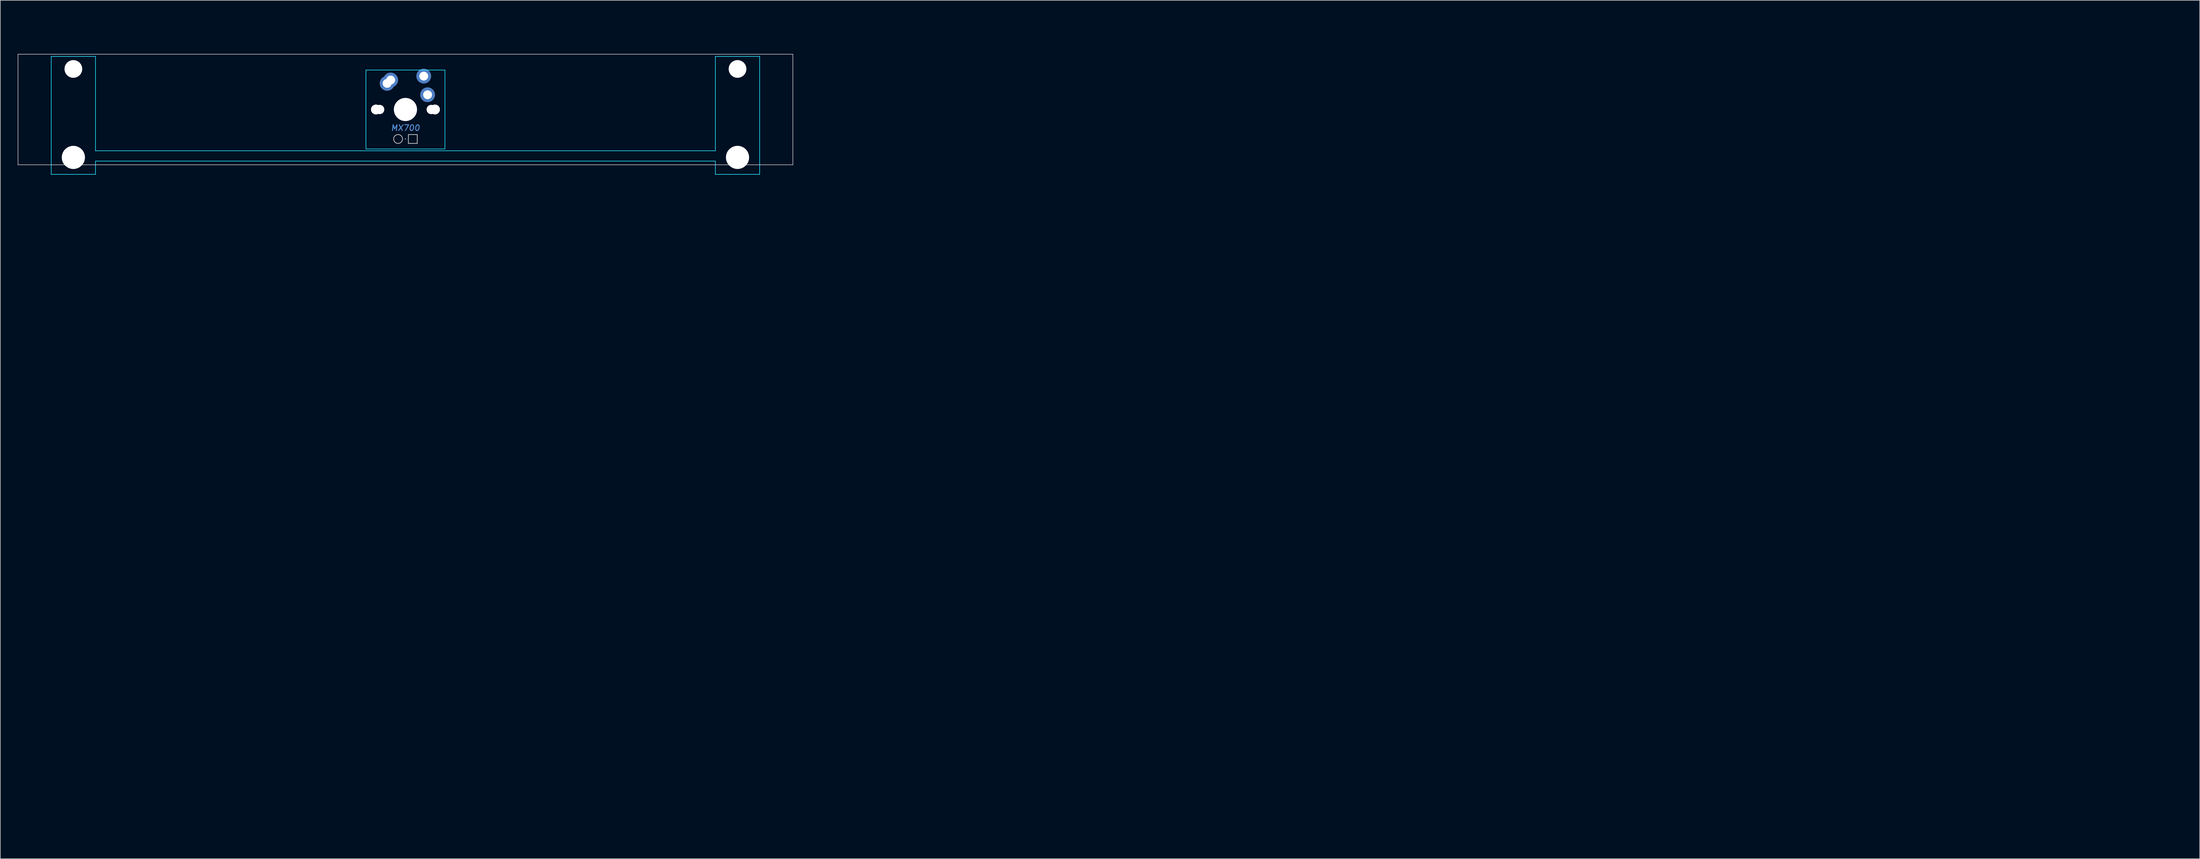
<source format=kicad_pcb>
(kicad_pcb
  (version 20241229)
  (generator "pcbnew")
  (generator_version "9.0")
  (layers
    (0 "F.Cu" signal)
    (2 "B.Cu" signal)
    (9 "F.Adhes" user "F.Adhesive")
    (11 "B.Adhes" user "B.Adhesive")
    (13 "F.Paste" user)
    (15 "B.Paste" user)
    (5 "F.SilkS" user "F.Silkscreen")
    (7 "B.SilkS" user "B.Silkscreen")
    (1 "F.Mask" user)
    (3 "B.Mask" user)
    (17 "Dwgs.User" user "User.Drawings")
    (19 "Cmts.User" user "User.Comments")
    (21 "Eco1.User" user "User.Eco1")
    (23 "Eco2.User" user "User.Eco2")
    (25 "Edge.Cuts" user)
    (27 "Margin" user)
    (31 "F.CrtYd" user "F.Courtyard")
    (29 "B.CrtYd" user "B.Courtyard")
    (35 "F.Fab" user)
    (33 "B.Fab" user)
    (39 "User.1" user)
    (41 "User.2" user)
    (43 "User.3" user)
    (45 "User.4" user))
  (footprint "MX700"
    (layer "F.Cu")
    (at 66.725 15.815)
    (property "Reference" "MX700" (at 0 3.175 0) (layer "Cmts.User") (effects (font (size 1 1) (thickness 0.15) (italic yes))))
    (attr through_hole)
    (fp_line (start -66.675 -9.525) (end -66.675 9.525) (stroke (width 0.1) (type solid)) (layer "Dwgs.User"))
    (fp_line (start -66.675 -9.525) (end 66.675 -9.525) (stroke (width 0.1) (type solid)) (layer "Dwgs.User"))
    (fp_line (start -66.675 9.525) (end 66.675 9.525) (stroke (width 0.1) (type solid)) (layer "Dwgs.User"))
    (fp_line (start -0.127 5.08) (end 0.127 5.08) (stroke (width 0.051) (type solid)) (layer "Dwgs.User"))
    (fp_line (start 0 4.953) (end 0 5.207) (stroke (width 0.051) (type solid)) (layer "Dwgs.User"))
    (fp_line (start 0.508 4.318) (end 0.508 5.842) (stroke (width 0.127) (type solid)) (layer "Dwgs.User"))
    (fp_line (start 0.508 4.318) (end 2.032 4.318) (stroke (width 0.127) (type solid)) (layer "Dwgs.User"))
    (fp_line (start 0.508 5.842) (end 2.032 5.842) (stroke (width 0.127) (type solid)) (layer "Dwgs.User"))
    (fp_line (start 2.032 5.842) (end 2.032 4.318) (stroke (width 0.127) (type solid)) (layer "Dwgs.User"))
    (fp_line (start 66.675 -9.525) (end 66.675 9.525) (stroke (width 0.1) (type solid)) (layer "Dwgs.User"))
    (fp_circle (center -1.27 5.08) (end -0.508 5.08) (stroke (width 0.127) (type solid)) (fill no) (layer "Dwgs.User"))
    (fp_line (start -61.341 -3.303) (end -60.325 -3.303) (stroke (width 0.1) (type solid)) (layer "Eco1.User"))
    (fp_line (start -61.341 -0.509) (end -61.341 -3.303) (stroke (width 0.1) (type solid)) (layer "Eco1.User"))
    (fp_line (start -60.325 -3.303) (end -60.325 -5.69) (stroke (width 0.1) (type solid)) (layer "Eco1.User"))
    (fp_line (start -60.325 -0.509) (end -61.341 -0.509) (stroke (width 0.1) (type solid)) (layer "Eco1.User"))
    (fp_line (start -60.325 -5.69) (end -53.67 -5.69) (stroke (width 0.1) (type solid)) (layer "Eco1.User"))
    (fp_line (start -60.325 6.603) (end -60.325 -0.509) (stroke (width 0.1) (type solid)) (layer "Eco1.User"))
    (fp_line (start -58.521 6.603) (end -60.325 6.603) (stroke (width 0.1) (type solid)) (layer "Eco1.User"))
    (fp_line (start -58.521 7.772) (end -58.521 6.603) (stroke (width 0.1) (type solid)) (layer "Eco1.User"))
    (fp_line (start -55.473 6.603) (end -55.473 7.772) (stroke (width 0.1) (type solid)) (layer "Eco1.User"))
    (fp_line (start -55.473 7.772) (end -58.521 7.772) (stroke (width 0.1) (type solid)) (layer "Eco1.User"))
    (fp_line (start -53.67 -5.69) (end -53.67 -2.286) (stroke (width 0.1) (type solid)) (layer "Eco1.User"))
    (fp_line (start -53.67 -2.286) (end -6.985 -2.286) (stroke (width 0.1) (type solid)) (layer "Eco1.User"))
    (fp_line (start -53.67 2.286) (end -53.67 6.603) (stroke (width 0.1) (type solid)) (layer "Eco1.User"))
    (fp_line (start -53.67 6.603) (end -55.473 6.603) (stroke (width 0.1) (type solid)) (layer "Eco1.User"))
    (fp_line (start -7 -7) (end 7 -7) (stroke (width 0.1) (type solid)) (layer "Eco1.User"))
    (fp_line (start -7 7) (end -6.985 2.286) (stroke (width 0.1) (type solid)) (layer "Eco1.User"))
    (fp_line (start -6.985 -2.286) (end -7 -7) (stroke (width 0.1) (type solid)) (layer "Eco1.User"))
    (fp_line (start -6.985 2.286) (end -53.67 2.286) (stroke (width 0.1) (type solid)) (layer "Eco1.User"))
    (fp_line (start 0 -15.765) (end 0 -15.765) (stroke (width 0.1) (type solid)) (layer "Eco1.User"))
    (fp_line (start 0 -15.765) (end 0 -15.765) (stroke (width 0.1) (type solid)) (layer "Eco1.User"))
    (fp_line (start 0 -15.765) (end 0 -15.765) (stroke (width 0.1) (type solid)) (layer "Eco1.User"))
    (fp_line (start 0 -0.941) (end 0.000056 0.941) (stroke (width 0.1) (type solid)) (layer "Eco1.User"))
    (fp_line (start 0.941 -0.000054) (end -0.941 0.000002) (stroke (width 0.1) (type solid)) (layer "Eco1.User"))
    (fp_line (start 6.985 -2.286) (end 53.67 -2.286) (stroke (width 0.1) (type solid)) (layer "Eco1.User"))
    (fp_line (start 6.985 6.985) (end -7 7) (stroke (width 0.1) (type solid)) (layer "Eco1.User"))
    (fp_line (start 6.985 2.286) (end 6.985 6.985) (stroke (width 0.1) (type solid)) (layer "Eco1.User"))
    (fp_line (start 7 -7) (end 6.985 -2.286) (stroke (width 0.1) (type solid)) (layer "Eco1.User"))
    (fp_line (start 53.67 -2.286) (end 53.67 -5.69) (stroke (width 0.1) (type solid)) (layer "Eco1.User"))
    (fp_line (start 53.67 6.603) (end 53.67 2.286) (stroke (width 0.1) (type solid)) (layer "Eco1.User"))
    (fp_line (start 53.67 -5.69) (end 60.325 -5.69) (stroke (width 0.1) (type solid)) (layer "Eco1.User"))
    (fp_line (start 53.67 2.286) (end 6.985 2.286) (stroke (width 0.1) (type solid)) (layer "Eco1.User"))
    (fp_line (start 55.474 6.603) (end 53.67 6.603) (stroke (width 0.1) (type solid)) (layer "Eco1.User"))
    (fp_line (start 55.474 7.772) (end 55.474 6.603) (stroke (width 0.1) (type solid)) (layer "Eco1.User"))
    (fp_line (start 58.522 6.603) (end 58.522 7.772) (stroke (width 0.1) (type solid)) (layer "Eco1.User"))
    (fp_line (start 58.522 7.772) (end 55.474 7.772) (stroke (width 0.1) (type solid)) (layer "Eco1.User"))
    (fp_line (start 60.325 -5.69) (end 60.325 -3.303) (stroke (width 0.1) (type solid)) (layer "Eco1.User"))
    (fp_line (start 60.325 6.603) (end 58.522 6.603) (stroke (width 0.1) (type solid)) (layer "Eco1.User"))
    (fp_line (start 60.325 -3.303) (end 61.341 -3.303) (stroke (width 0.1) (type solid)) (layer "Eco1.User"))
    (fp_line (start 60.325 -0.509) (end 60.325 6.603) (stroke (width 0.1) (type solid)) (layer "Eco1.User"))
    (fp_line (start 61.341 -3.303) (end 61.341 -0.509) (stroke (width 0.1) (type solid)) (layer "Eco1.User"))
    (fp_line (start 61.341 -0.509) (end 60.325 -0.509) (stroke (width 0.1) (type solid)) (layer "Eco1.User"))
    (fp_line (start 304.8 124.154) (end 304.8 126.036) (stroke (width 0.1) (type solid)) (layer "Eco1.User"))
    (fp_line (start 305.741 125.095) (end 303.859 125.095) (stroke (width 0.1) (type solid)) (layer "Eco1.User"))
    (fp_line (start -60.96 -9.144) (end -60.96 11.176) (stroke (width 0.1) (type solid)) (layer "B.CrtYd"))
    (fp_line (start -60.96 -9.144) (end -53.34 -9.144) (stroke (width 0.1) (type solid)) (layer "B.CrtYd"))
    (fp_line (start -60.96 11.176) (end -53.34 11.176) (stroke (width 0.1) (type solid)) (layer "B.CrtYd"))
    (fp_line (start -53.34 7.112) (end -53.34 -9.144) (stroke (width 0.1) (type solid)) (layer "B.CrtYd"))
    (fp_line (start -53.34 7.112) (end 53.34 7.112) (stroke (width 0.1) (type solid)) (layer "B.CrtYd"))
    (fp_line (start -53.34 8.89) (end -53.34 11.176) (stroke (width 0.1) (type solid)) (layer "B.CrtYd"))
    (fp_line (start -53.34 8.89) (end 53.34 8.89) (stroke (width 0.1) (type solid)) (layer "B.CrtYd"))
    (fp_line (start -6.8 -6.8) (end -6.8 6.8) (stroke (width 0.1) (type solid)) (layer "B.CrtYd"))
    (fp_line (start -6.8 -6.8) (end 6.8 -6.8) (stroke (width 0.1) (type solid)) (layer "B.CrtYd"))
    (fp_line (start -6.8 6.8) (end 6.8 6.8) (stroke (width 0.1) (type solid)) (layer "B.CrtYd"))
    (fp_line (start 6.8 6.8) (end 6.8 -6.8) (stroke (width 0.1) (type solid)) (layer "B.CrtYd"))
    (fp_line (start 53.34 -9.144) (end 60.96 -9.144) (stroke (width 0.1) (type solid)) (layer "B.CrtYd"))
    (fp_line (start 53.34 7.112) (end 53.34 -9.144) (stroke (width 0.1) (type solid)) (layer "B.CrtYd"))
    (fp_line (start 53.34 8.89) (end 53.34 11.176) (stroke (width 0.1) (type solid)) (layer "B.CrtYd"))
    (fp_line (start 53.34 11.176) (end 60.96 11.176) (stroke (width 0.1) (type solid)) (layer "B.CrtYd"))
    (fp_line (start 60.96 -9.144) (end 60.96 11.176) (stroke (width 0.1) (type solid)) (layer "B.CrtYd"))
    (pad "" np_thru_hole circle (at -57.15 -6.985 180) (size 3.048 3.048) (drill 3.048) (layers "*.Cu" "*.Mask"))
    (pad "" np_thru_hole circle (at -57.15 8.255 180) (size 3.988 3.988) (drill 3.988) (layers "*.Cu" "*.Mask"))
    (pad "" np_thru_hole circle (at -5.08 0) (size 1.702 1.702) (drill 1.702) (layers "*.Cu" "*.Mask"))
    (pad "" np_thru_hole circle (at -4.44 0) (size 1.6 1.6) (drill 1.6) (layers "*.Cu" "*.Mask"))
    (pad "" np_thru_hole circle (at 0 0) (size 3.988 3.988) (drill 3.988) (layers "*.Cu" "*.Mask"))
    (pad "" np_thru_hole circle (at 4.44 0) (size 1.6 1.6) (drill 1.6) (layers "*.Cu" "*.Mask"))
    (pad "" np_thru_hole circle (at 5.08 0) (size 1.702 1.702) (drill 1.702) (layers "*.Cu" "*.Mask"))
    (pad "" np_thru_hole circle (at 57.15 -6.985 180) (size 3.048 3.048) (drill 3.048) (layers "*.Cu" "*.Mask"))
    (pad "" np_thru_hole circle (at 57.15 8.255 180) (size 3.988 3.988) (drill 3.988) (layers "*.Cu" "*.Mask"))
    (pad "1" thru_hole circle (at -3.15 -4.5) (size 2.54 2.54) (drill 1.524) (layers "*.Cu" "*.Mask"))
    (pad "1" thru_hole circle (at -2.54 -5.08) (size 2.54 2.54) (drill 1.524) (layers "*.Cu" "*.Mask"))
    (pad "2" thru_hole circle (at 3.15 -5.75) (size 2.54 2.54) (drill 1.524) (layers "*.Cu" "*.Mask"))
    (pad "2" thru_hole circle (at 3.81 -2.54) (size 2.54 2.54) (drill 1.524) (layers "*.Cu" "*.Mask")))
  (gr_rect
    (start -3 -3)
    (end 375.516 144.901)
    (stroke (width 0.1) (type default))
    (fill no)
    (layer "Edge.Cuts")))
</source>
